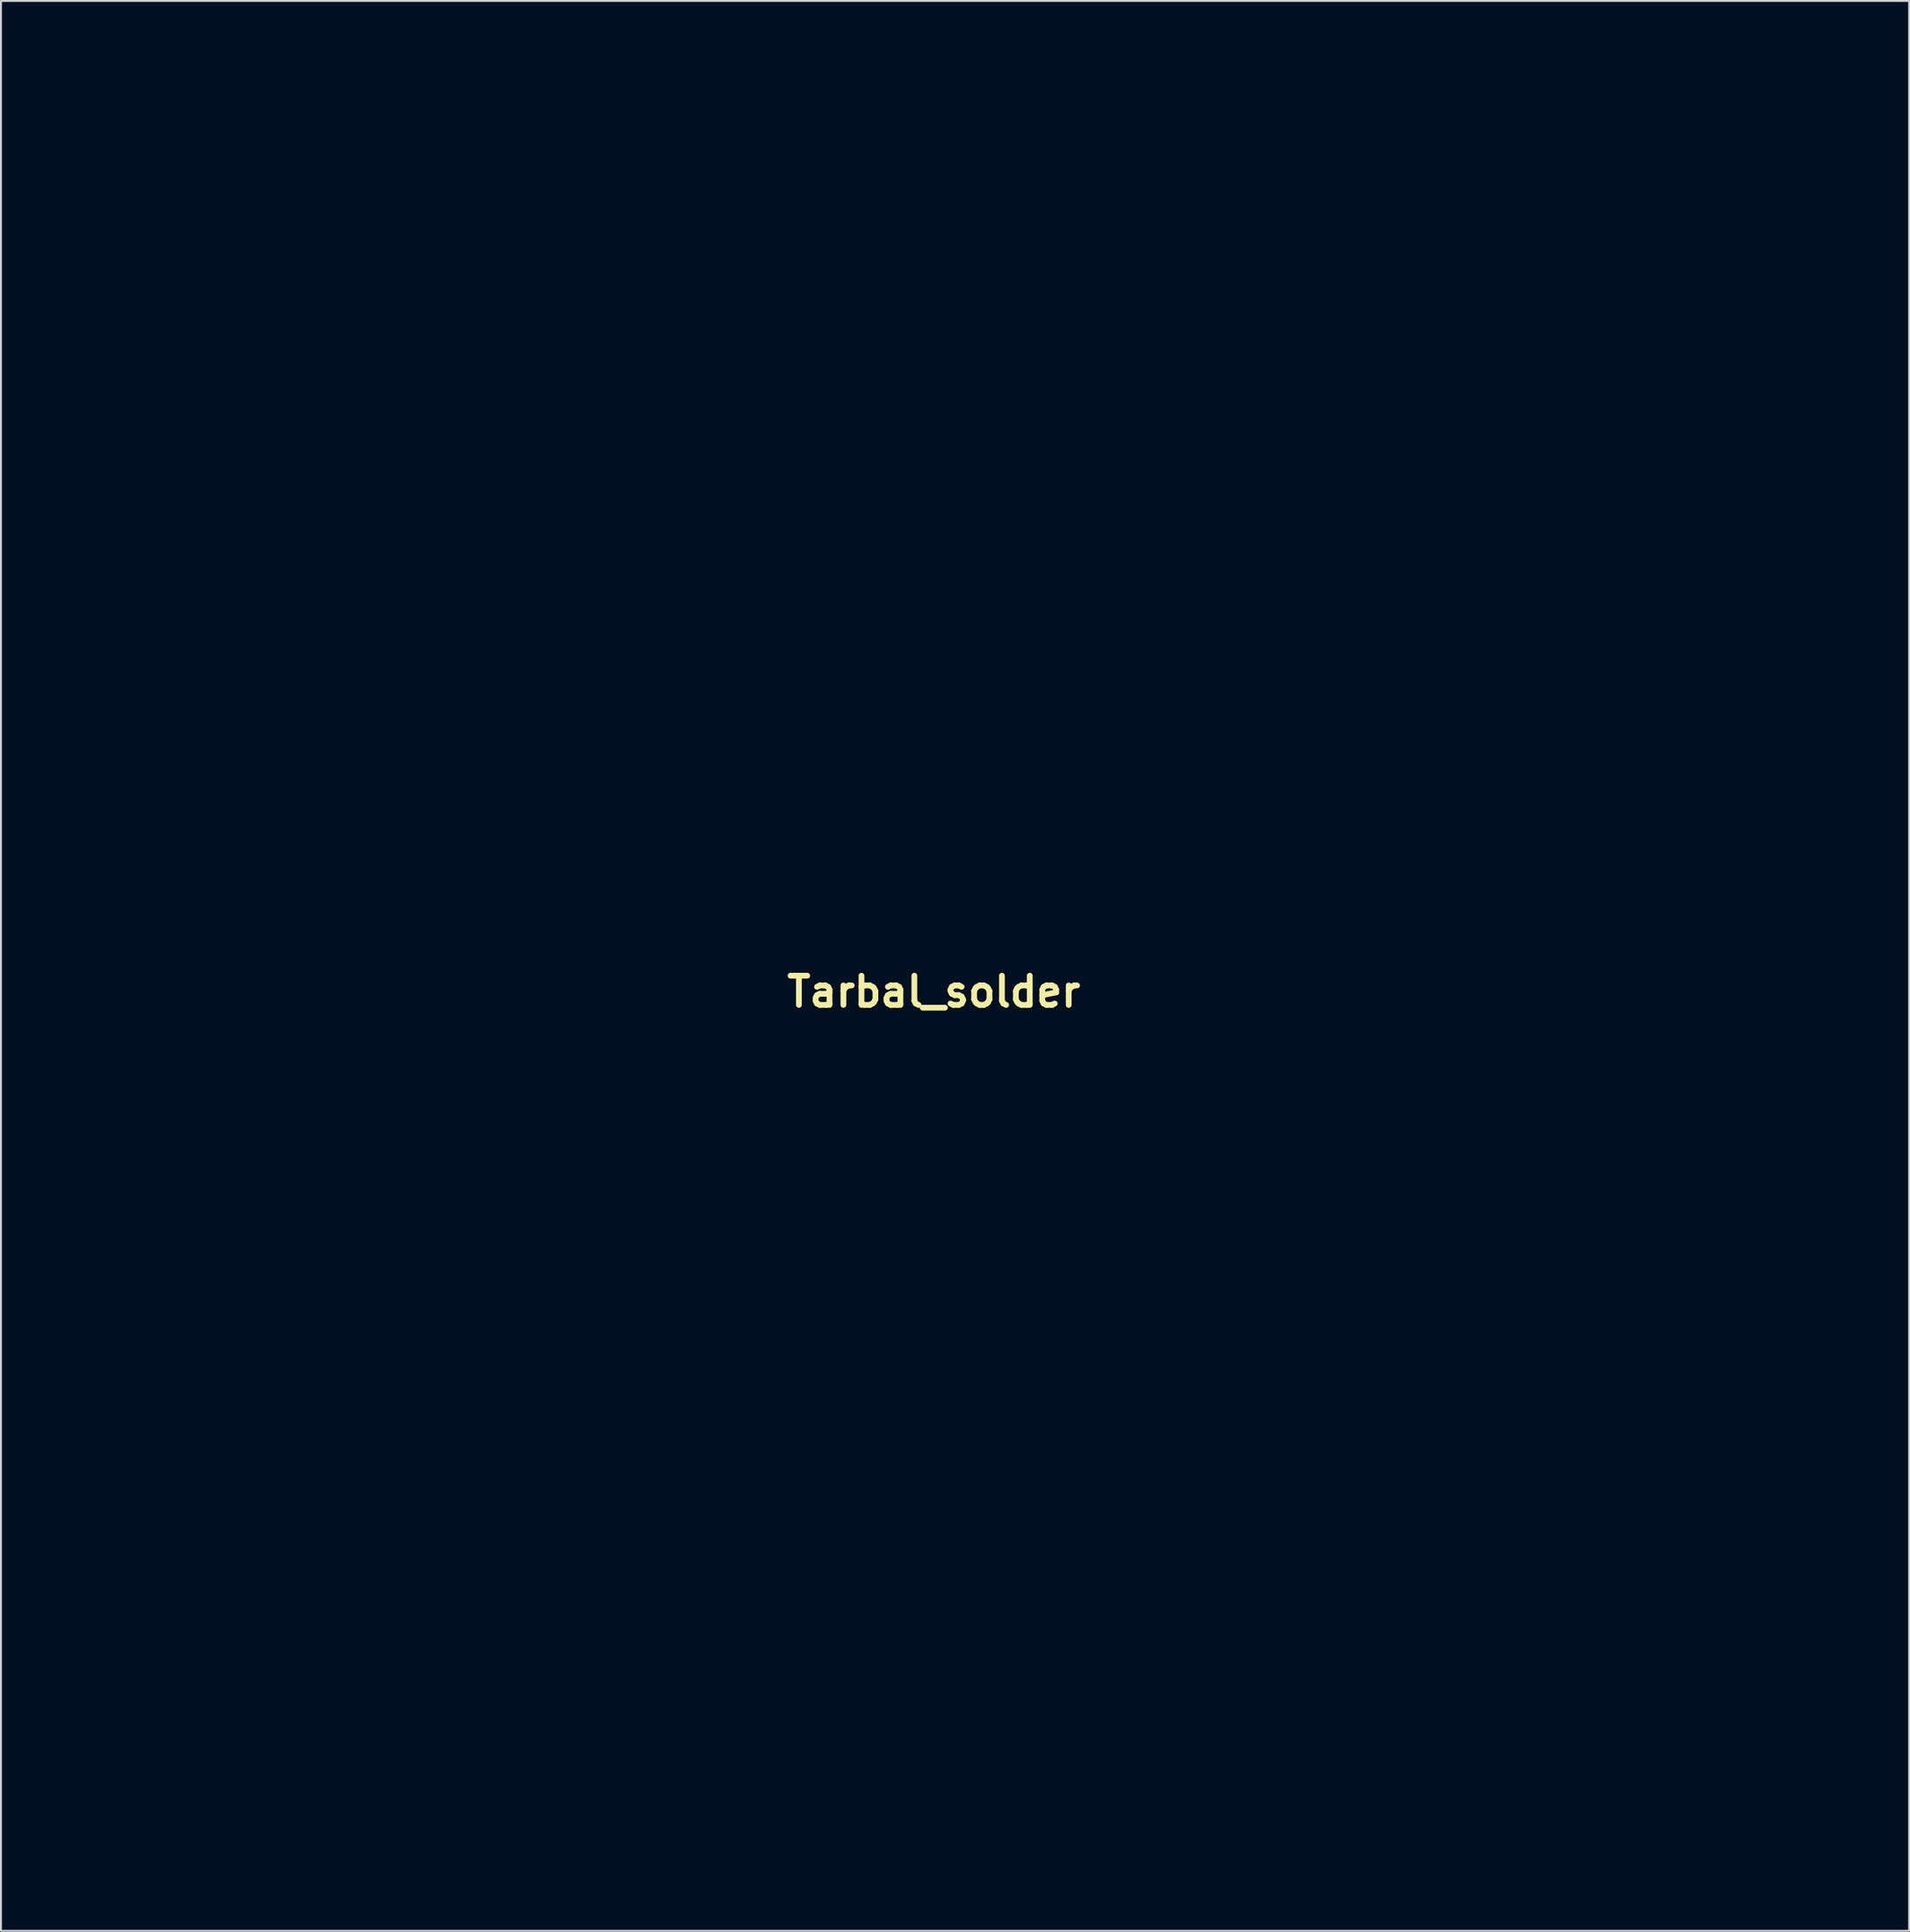
<source format=kicad_pcb>
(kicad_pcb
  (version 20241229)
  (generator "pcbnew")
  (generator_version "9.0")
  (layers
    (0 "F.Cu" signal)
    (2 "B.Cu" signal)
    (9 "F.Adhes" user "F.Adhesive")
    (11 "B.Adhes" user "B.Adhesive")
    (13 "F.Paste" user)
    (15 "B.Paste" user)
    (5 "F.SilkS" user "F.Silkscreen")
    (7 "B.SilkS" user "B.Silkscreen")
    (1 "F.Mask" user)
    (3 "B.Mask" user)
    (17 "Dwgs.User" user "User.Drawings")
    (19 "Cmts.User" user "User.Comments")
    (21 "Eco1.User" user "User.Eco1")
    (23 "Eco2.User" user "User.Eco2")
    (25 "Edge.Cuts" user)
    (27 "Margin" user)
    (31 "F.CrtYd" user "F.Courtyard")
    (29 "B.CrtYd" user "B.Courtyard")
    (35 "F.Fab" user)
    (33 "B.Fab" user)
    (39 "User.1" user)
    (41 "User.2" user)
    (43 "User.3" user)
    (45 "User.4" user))
  (footprint "Tarbal_solder"
    (layer "F.Cu")
    (at 45.679 48.688)
    (property "Reference" "Tarbal_solder" (at 0 0 0) (layer "F.SilkS") (effects (font (size 1.524 1.524) (thickness 0.3))))
    (attr through_hole)
    (fp_poly (pts (xy 3.44 35.851) (xy 3.307 35.983) (xy 3.175 35.851) (xy 3.307 35.719) (xy 3.44 35.851)) (stroke (width 0.01) (type solid)) (fill yes) (layer "F.Mask"))
    (fp_poly (pts (xy 41.804 38.1) (xy 38.365 38.1) (xy 38.365 34.66) (xy 41.804 34.66) (xy 41.804 38.1)) (stroke (width 0.01) (type solid)) (fill yes) (layer "F.Mask"))
    (fp_poly (pts (xy 47.36 -48.551) (xy 47.228 -48.419) (xy 47.096 -48.551) (xy 47.228 -48.683) (xy 47.36 -48.551)) (stroke (width 0.01) (type solid)) (fill yes) (layer "F.Mask"))
    (fp_poly (pts (xy -23.778 -46.521) (xy -23.68 -46.173) (xy -23.875 -45.721) (xy -24.301 -45.53) (xy -24.685 -45.676) (xy -24.843 -46.072) (xy -24.871 -46.365) (xy -24.728 -46.743) (xy -24.276 -46.784) (xy -23.778 -46.521)) (stroke (width 0.01) (type solid)) (fill yes) (layer "F.Mask"))
    (fp_poly (pts (xy -10.231 31.825) (xy -10.101 32.237) (xy -10.14 32.385) (xy -10.497 32.75) (xy -10.983 32.754) (xy -11.26 32.518) (xy -11.249 32.117) (xy -11.078 31.866) (xy -10.623 31.665) (xy -10.231 31.825)) (stroke (width 0.01) (type solid)) (fill yes) (layer "F.Mask"))
    (fp_poly (pts (xy -9.75 -46.658) (xy -9.617 -46.178) (xy -9.685 -45.929) (xy -10.039 -45.548) (xy -10.543 -45.623) (xy -10.774 -45.805) (xy -10.964 -46.274) (xy -10.746 -46.686) (xy -10.306 -46.831) (xy -9.75 -46.658)) (stroke (width 0.01) (type solid)) (fill yes) (layer "F.Mask"))
    (fp_poly (pts (xy -1.143 -35.096) (xy -0.923 -34.821) (xy -1.093 -34.486) (xy -1.656 -34.163) (xy -2.298 -34.244) (xy -2.611 -34.486) (xy -2.775 -34.898) (xy -2.445 -35.133) (xy -1.852 -35.19) (xy -1.143 -35.096)) (stroke (width 0.01) (type solid)) (fill yes) (layer "F.Mask"))
    (fp_poly (pts (xy -19.215 34.817) (xy -18.862 35.179) (xy -18.823 35.72) (xy -19.06 36.222) (xy -19.49 36.462) (xy -20.021 36.347) (xy -20.245 35.969) (xy -20.24 35.345) (xy -19.899 34.894) (xy -19.364 34.776) (xy -19.215 34.817)) (stroke (width 0.01) (type solid)) (fill yes) (layer "F.Mask"))
    (fp_poly (pts (xy -18.999 42.135) (xy -18.837 42.63) (xy -18.938 43.263) (xy -19.346 43.514) (xy -19.942 43.316) (xy -19.983 43.287) (xy -20.298 42.815) (xy -20.25 42.292) (xy -19.906 41.917) (xy -19.49 41.855) (xy -18.999 42.135)) (stroke (width 0.01) (type solid)) (fill yes) (layer "F.Mask"))
    (fp_poly (pts (xy -5.376 -32.896) (xy -4.951 -32.538) (xy -4.818 -32.029) (xy -4.85 -31.903) (xy -5.215 -31.571) (xy -5.77 -31.489) (xy -6.174 -31.662) (xy -6.353 -32.153) (xy -6.193 -32.685) (xy -5.906 -32.922) (xy -5.376 -32.896)) (stroke (width 0.01) (type solid)) (fill yes) (layer "F.Mask"))
    (fp_poly (pts (xy -5.213 -37.886) (xy -4.872 -37.398) (xy -4.857 -36.913) (xy -5.215 -36.584) (xy -5.747 -36.541) (xy -6.184 -36.784) (xy -6.254 -36.909) (xy -6.303 -37.509) (xy -6.053 -37.972) (xy -5.729 -38.1) (xy -5.213 -37.886)) (stroke (width 0.01) (type solid)) (fill yes) (layer "F.Mask"))
    (fp_poly (pts (xy -5.164 -40.317) (xy -4.9 -39.896) (xy -4.895 -39.816) (xy -5.099 -39.38) (xy -5.556 -39.187) (xy -6.032 -39.284) (xy -6.254 -39.554) (xy -6.262 -40.066) (xy -6.149 -40.259) (xy -5.658 -40.465) (xy -5.164 -40.317)) (stroke (width 0.01) (type solid)) (fill yes) (layer "F.Mask"))
    (fp_poly (pts (xy -1.786 -42.813) (xy -1.157 -42.628) (xy -0.92 -42.316) (xy -1.1 -42.012) (xy -1.597 -41.858) (xy -2.175 -41.865) (xy -2.457 -41.968) (xy -2.689 -42.415) (xy -2.464 -42.728) (xy -1.854 -42.819) (xy -1.786 -42.813)) (stroke (width 0.01) (type solid)) (fill yes) (layer "F.Mask"))
    (fp_poly (pts (xy -1.156 -30.078) (xy -0.911 -29.797) (xy -0.973 -29.475) (xy -1.314 -29.203) (xy -1.852 -29.104) (xy -2.438 -29.224) (xy -2.732 -29.475) (xy -2.759 -29.913) (xy -2.373 -30.125) (xy -1.852 -30.163) (xy -1.156 -30.078)) (stroke (width 0.01) (type solid)) (fill yes) (layer "F.Mask"))
    (fp_poly (pts (xy 7.414 38.205) (xy 7.76 38.607) (xy 7.805 38.894) (xy 7.608 39.436) (xy 7.14 39.66) (xy 6.59 39.512) (xy 6.361 39.303) (xy 6.153 38.882) (xy 6.361 38.484) (xy 6.885 38.146) (xy 7.414 38.205)) (stroke (width 0.01) (type solid)) (fill yes) (layer "F.Mask"))
    (fp_poly (pts (xy 15.37 38.4) (xy 15.478 38.894) (xy 15.354 39.412) (xy 14.884 39.622) (xy 14.784 39.636) (xy 14.144 39.544) (xy 13.92 39.271) (xy 13.929 38.691) (xy 14.317 38.264) (xy 14.926 38.153) (xy 15.37 38.4)) (stroke (width 0.01) (type solid)) (fill yes) (layer "F.Mask"))
    (fp_poly (pts (xy 22.78 38.296) (xy 23.165 38.759) (xy 23.189 39.287) (xy 22.832 39.596) (xy 22.259 39.674) (xy 21.728 39.521) (xy 21.527 39.291) (xy 21.483 38.652) (xy 21.805 38.205) (xy 22.184 38.1) (xy 22.78 38.296)) (stroke (width 0.01) (type solid)) (fill yes) (layer "F.Mask"))
    (fp_poly (pts (xy 23.964 -25.055) (xy 24.385 -24.822) (xy 24.474 -24.606) (xy 24.254 -24.297) (xy 23.754 -24.13) (xy 23.212 -24.145) (xy 22.882 -24.35) (xy 22.867 -24.781) (xy 22.958 -24.916) (xy 23.409 -25.103) (xy 23.964 -25.055)) (stroke (width 0.01) (type solid)) (fill yes) (layer "F.Mask"))
    (fp_poly (pts (xy 24.332 -32.544) (xy 24.556 -32.213) (xy 24.513 -31.9) (xy 24.141 -31.768) (xy 23.68 -31.75) (xy 23.038 -31.8) (xy 22.8 -31.99) (xy 22.805 -32.213) (xy 23.101 -32.582) (xy 23.68 -32.676) (xy 24.332 -32.544)) (stroke (width 0.01) (type solid)) (fill yes) (layer "F.Mask"))
    (fp_poly (pts (xy 24.332 -27.517) (xy 24.556 -27.186) (xy 24.513 -26.873) (xy 24.141 -26.741) (xy 23.68 -26.723) (xy 23.038 -26.772) (xy 22.8 -26.963) (xy 22.805 -27.186) (xy 23.101 -27.555) (xy 23.68 -27.649) (xy 24.332 -27.517)) (stroke (width 0.01) (type solid)) (fill yes) (layer "F.Mask"))
    (fp_poly (pts (xy 27.632 -32.939) (xy 28.025 -32.557) (xy 28.17 -32.037) (xy 28.132 -31.857) (xy 27.779 -31.552) (xy 27.245 -31.499) (xy 26.899 -31.662) (xy 26.72 -32.147) (xy 26.849 -32.698) (xy 27.158 -32.992) (xy 27.632 -32.939)) (stroke (width 0.01) (type solid)) (fill yes) (layer "F.Mask"))
    (fp_poly (pts (xy 27.646 -37.982) (xy 28.018 -37.621) (xy 28.128 -37.134) (xy 28.009 -36.865) (xy 27.5 -36.539) (xy 26.985 -36.619) (xy 26.899 -36.689) (xy 26.72 -37.175) (xy 26.849 -37.725) (xy 27.158 -38.019) (xy 27.646 -37.982)) (stroke (width 0.01) (type solid)) (fill yes) (layer "F.Mask"))
    (fp_poly (pts (xy 27.681 -30.332) (xy 28.052 -29.984) (xy 28.082 -29.457) (xy 28.031 -29.341) (xy 27.599 -28.908) (xy 27.094 -28.884) (xy 26.899 -29.016) (xy 26.722 -29.489) (xy 26.831 -30.034) (xy 27.123 -30.333) (xy 27.681 -30.332)) (stroke (width 0.01) (type solid)) (fill yes) (layer "F.Mask"))
    (fp_poly (pts (xy 27.681 -25.305) (xy 28.052 -24.957) (xy 28.082 -24.43) (xy 28.031 -24.314) (xy 27.599 -23.881) (xy 27.094 -23.857) (xy 26.899 -23.989) (xy 26.722 -24.462) (xy 26.831 -25.007) (xy 27.123 -25.306) (xy 27.681 -25.305)) (stroke (width 0.01) (type solid)) (fill yes) (layer "F.Mask"))
    (fp_poly (pts (xy -21.754 34.83) (xy -21.331 35.22) (xy -21.22 35.828) (xy -21.495 36.269) (xy -22.006 36.493) (xy -22.501 36.402) (xy -22.567 36.347) (xy -22.753 35.866) (xy -22.68 35.274) (xy -22.394 34.852) (xy -22.324 34.816) (xy -21.754 34.83)) (stroke (width 0.01) (type solid)) (fill yes) (layer "F.Mask"))
    (fp_poly (pts (xy -21.43 28.059) (xy -21.215 28.389) (xy -21.278 28.963) (xy -21.606 29.4) (xy -22.052 29.614) (xy -22.47 29.516) (xy -22.653 29.252) (xy -22.733 28.665) (xy -22.707 28.392) (xy -22.42 28.015) (xy -21.915 27.904) (xy -21.43 28.059)) (stroke (width 0.01) (type solid)) (fill yes) (layer "F.Mask"))
    (fp_poly (pts (xy -21.384 42.111) (xy -21.215 42.412) (xy -21.286 42.954) (xy -21.589 43.45) (xy -21.96 43.656) (xy -22.278 43.477) (xy -22.479 43.272) (xy -22.734 42.678) (xy -22.569 42.178) (xy -22.046 41.94) (xy -21.96 41.936) (xy -21.384 42.111)) (stroke (width 0.01) (type solid)) (fill yes) (layer "F.Mask"))
    (fp_poly (pts (xy -19.048 28.053) (xy -18.921 28.554) (xy -18.918 28.704) (xy -19.075 29.352) (xy -19.467 29.595) (xy -19.969 29.381) (xy -20.117 29.226) (xy -20.301 28.679) (xy -20.074 28.181) (xy -19.538 27.921) (xy -19.418 27.914) (xy -19.048 28.053)) (stroke (width 0.01) (type solid)) (fill yes) (layer "F.Mask"))
    (fp_poly (pts (xy -5.272 -27.762) (xy -5.17 -27.69) (xy -4.836 -27.213) (xy -4.929 -26.743) (xy -5.388 -26.472) (xy -5.556 -26.458) (xy -6.072 -26.637) (xy -6.262 -26.876) (xy -6.228 -27.388) (xy -6.043 -27.672) (xy -5.676 -27.914) (xy -5.272 -27.762)) (stroke (width 0.01) (type solid)) (fill yes) (layer "F.Mask"))
    (fp_poly (pts (xy -5.062 -42.966) (xy -4.818 -42.548) (xy -4.977 -42.001) (xy -5.03 -41.933) (xy -5.428 -41.583) (xy -5.846 -41.656) (xy -6.045 -41.774) (xy -6.318 -42.188) (xy -6.215 -42.678) (xy -5.807 -43.03) (xy -5.619 -43.079) (xy -5.062 -42.966)) (stroke (width 0.01) (type solid)) (fill yes) (layer "F.Mask"))
    (fp_poly (pts (xy -5.062 -30.266) (xy -4.818 -29.848) (xy -4.977 -29.301) (xy -5.03 -29.233) (xy -5.428 -28.883) (xy -5.846 -28.956) (xy -6.045 -29.074) (xy -6.318 -29.488) (xy -6.215 -29.978) (xy -5.807 -30.33) (xy -5.619 -30.379) (xy -5.062 -30.266)) (stroke (width 0.01) (type solid)) (fill yes) (layer "F.Mask"))
    (fp_poly (pts (xy -5.043 -35.283) (xy -4.857 -35.054) (xy -4.885 -34.57) (xy -5.169 -34.087) (xy -5.555 -33.867) (xy -5.556 -33.867) (xy -5.873 -34.046) (xy -6.083 -34.26) (xy -6.291 -34.815) (xy -6.075 -35.275) (xy -5.556 -35.454) (xy -5.043 -35.283)) (stroke (width 0.01) (type solid)) (fill yes) (layer "F.Mask"))
    (fp_poly (pts (xy -1.31 -40.354) (xy -0.865 -40.036) (xy -0.794 -39.82) (xy -1.011 -39.405) (xy -1.531 -39.213) (xy -2.154 -39.299) (xy -2.354 -39.4) (xy -2.582 -39.786) (xy -2.465 -40.23) (xy -2.082 -40.477) (xy -2.014 -40.481) (xy -1.31 -40.354)) (stroke (width 0.01) (type solid)) (fill yes) (layer "F.Mask"))
    (fp_poly (pts (xy -1.266 -32.689) (xy -0.973 -32.437) (xy -0.945 -31.999) (xy -1.332 -31.787) (xy -1.852 -31.75) (xy -2.434 -31.804) (xy -2.716 -31.908) (xy -2.811 -32.274) (xy -2.52 -32.618) (xy -1.976 -32.802) (xy -1.852 -32.808) (xy -1.266 -32.689)) (stroke (width 0.01) (type solid)) (fill yes) (layer "F.Mask"))
    (fp_poly (pts (xy -0.173 40.774) (xy 0.312 41.095) (xy 0.379 41.614) (xy 0.352 41.694) (xy -0.062 42.11) (xy -0.791 42.147) (xy -0.86 42.133) (xy -1.184 41.86) (xy -1.323 41.379) (xy -1.256 40.919) (xy -0.992 40.714) (xy -0.173 40.774)) (stroke (width 0.01) (type solid)) (fill yes) (layer "F.Mask"))
    (fp_poly (pts (xy 0.041 38.273) (xy 0.381 38.686) (xy 0.339 39.182) (xy 0.265 39.291) (xy -0.262 39.63) (xy -0.57 39.688) (xy -1.065 39.505) (xy -1.227 39.291) (xy -1.271 38.652) (xy -0.949 38.205) (xy -0.57 38.1) (xy 0.041 38.273)) (stroke (width 0.01) (type solid)) (fill yes) (layer "F.Mask"))
    (fp_poly (pts (xy 15.141 40.778) (xy 15.531 41.154) (xy 15.61 41.407) (xy 15.389 41.868) (xy 14.872 42.122) (xy 14.285 42.068) (xy 14.215 42.033) (xy 13.833 41.621) (xy 13.848 41.163) (xy 14.161 40.794) (xy 14.671 40.649) (xy 15.141 40.778)) (stroke (width 0.01) (type solid)) (fill yes) (layer "F.Mask"))
    (fp_poly (pts (xy 22.813 40.778) (xy 23.204 41.154) (xy 23.283 41.407) (xy 23.061 41.868) (xy 22.545 42.122) (xy 21.958 42.068) (xy 21.887 42.033) (xy 21.506 41.621) (xy 21.521 41.163) (xy 21.834 40.794) (xy 22.344 40.649) (xy 22.813 40.778)) (stroke (width 0.01) (type solid)) (fill yes) (layer "F.Mask"))
    (fp_poly (pts (xy 24.039 -37.725) (xy 24.479 -37.419) (xy 24.557 -37.24) (xy 24.498 -36.905) (xy 24.068 -36.783) (xy 23.848 -36.777) (xy 23.224 -36.864) (xy 22.872 -37.065) (xy 22.866 -37.482) (xy 22.958 -37.616) (xy 23.448 -37.811) (xy 24.039 -37.725)) (stroke (width 0.01) (type solid)) (fill yes) (layer "F.Mask"))
    (fp_poly (pts (xy 24.334 -42.811) (xy 24.563 -42.613) (xy 24.557 -42.399) (xy 24.263 -42.048) (xy 23.706 -41.843) (xy 23.148 -41.854) (xy 22.943 -41.968) (xy 22.722 -42.406) (xy 22.971 -42.727) (xy 23.633 -42.862) (xy 23.7 -42.863) (xy 24.334 -42.811)) (stroke (width 0.01) (type solid)) (fill yes) (layer "F.Mask"))
    (fp_poly (pts (xy 24.334 -35.138) (xy 24.563 -34.94) (xy 24.557 -34.727) (xy 24.263 -34.375) (xy 23.706 -34.17) (xy 23.148 -34.181) (xy 22.943 -34.295) (xy 22.722 -34.734) (xy 22.971 -35.054) (xy 23.633 -35.189) (xy 23.7 -35.19) (xy 24.334 -35.138)) (stroke (width 0.01) (type solid)) (fill yes) (layer "F.Mask"))
    (fp_poly (pts (xy 24.334 -30.111) (xy 24.563 -29.913) (xy 24.557 -29.699) (xy 24.263 -29.348) (xy 23.706 -29.143) (xy 23.148 -29.154) (xy 22.943 -29.268) (xy 22.722 -29.706) (xy 22.971 -30.027) (xy 23.633 -30.162) (xy 23.7 -30.163) (xy 24.334 -30.111)) (stroke (width 0.01) (type solid)) (fill yes) (layer "F.Mask"))
    (fp_poly (pts (xy 27.856 -27.667) (xy 27.895 -27.63) (xy 28.164 -27.102) (xy 27.979 -26.661) (xy 27.411 -26.459) (xy 27.356 -26.458) (xy 26.865 -26.581) (xy 26.723 -27.044) (xy 26.723 -27.091) (xy 26.9 -27.685) (xy 27.33 -27.9) (xy 27.856 -27.667)) (stroke (width 0.01) (type solid)) (fill yes) (layer "F.Mask"))
    (fp_poly (pts (xy 27.966 -40.298) (xy 28.178 -39.81) (xy 28.117 -39.489) (xy 27.794 -39.234) (xy 27.362 -39.158) (xy 26.874 -39.273) (xy 26.725 -39.716) (xy 26.723 -39.82) (xy 26.834 -40.325) (xy 27.263 -40.479) (xy 27.356 -40.481) (xy 27.966 -40.298)) (stroke (width 0.01) (type solid)) (fill yes) (layer "F.Mask"))
    (fp_poly (pts (xy -31.481 -45.192) (xy -31.263 -44.93) (xy -31.221 -44.318) (xy -31.265 -43.696) (xy -31.49 -43.44) (xy -32.015 -43.392) (xy -32.548 -43.443) (xy -32.767 -43.705) (xy -32.808 -44.318) (xy -32.764 -44.94) (xy -32.54 -45.195) (xy -32.015 -45.244) (xy -31.481 -45.192)) (stroke (width 0.01) (type solid)) (fill yes) (layer "F.Mask"))
    (fp_poly (pts (xy -28.912 -45.038) (xy -28.703 -44.702) (xy -28.705 -44.104) (xy -29.006 -43.625) (xy -29.464 -43.39) (xy -29.938 -43.524) (xy -29.986 -43.568) (xy -30.115 -43.938) (xy -30.163 -44.494) (xy -30.08 -45.042) (xy -29.741 -45.232) (xy -29.519 -45.244) (xy -28.912 -45.038)) (stroke (width 0.01) (type solid)) (fill yes) (layer "F.Mask"))
    (fp_poly (pts (xy -16.4 27.833) (xy -16.181 28.095) (xy -16.14 28.707) (xy -16.184 29.329) (xy -16.408 29.585) (xy -16.933 29.633) (xy -17.467 29.582) (xy -17.685 29.32) (xy -17.727 28.707) (xy -17.683 28.085) (xy -17.458 27.83) (xy -16.933 27.781) (xy -16.4 27.833)) (stroke (width 0.01) (type solid)) (fill yes) (layer "F.Mask"))
    (fp_poly (pts (xy -16.4 34.712) (xy -16.181 34.974) (xy -16.14 35.586) (xy -16.184 36.209) (xy -16.408 36.464) (xy -16.933 36.513) (xy -17.467 36.461) (xy -17.685 36.199) (xy -17.727 35.586) (xy -17.683 34.964) (xy -17.458 34.709) (xy -16.933 34.66) (xy -16.4 34.712)) (stroke (width 0.01) (type solid)) (fill yes) (layer "F.Mask"))
    (fp_poly (pts (xy -1.373 -27.636) (xy -1.009 -27.311) (xy -0.923 -26.972) (xy -0.972 -26.897) (xy -1.343 -26.766) (xy -1.852 -26.723) (xy -2.441 -26.782) (xy -2.732 -26.897) (xy -2.755 -27.21) (xy -2.453 -27.555) (xy -1.989 -27.768) (xy -1.852 -27.781) (xy -1.373 -27.636)) (stroke (width 0.01) (type solid)) (fill yes) (layer "F.Mask"))
    (fp_poly (pts (xy -1.271 -37.752) (xy -1.067 -37.443) (xy -1.058 -37.306) (xy -1.183 -36.919) (xy -1.647 -36.783) (xy -1.852 -36.777) (xy -2.433 -36.86) (xy -2.638 -37.17) (xy -2.646 -37.306) (xy -2.521 -37.694) (xy -2.057 -37.83) (xy -1.852 -37.835) (xy -1.271 -37.752)) (stroke (width 0.01) (type solid)) (fill yes) (layer "F.Mask"))
    (fp_poly (pts (xy 7.572 40.749) (xy 7.906 41.177) (xy 7.937 41.407) (xy 7.732 41.939) (xy 7.246 42.174) (xy 6.675 42.048) (xy 6.478 41.894) (xy 6.16 41.538) (xy 6.085 41.407) (xy 6.248 41.169) (xy 6.478 40.921) (xy 7.031 40.642) (xy 7.572 40.749)) (stroke (width 0.01) (type solid)) (fill yes) (layer "F.Mask"))
    (fp_poly (pts (xy 7.634 43.171) (xy 7.889 43.396) (xy 7.937 43.921) (xy 7.886 44.454) (xy 7.624 44.673) (xy 7.011 44.715) (xy 6.389 44.67) (xy 6.134 44.446) (xy 6.085 43.921) (xy 6.137 43.388) (xy 6.399 43.169) (xy 7.011 43.127) (xy 7.634 43.171)) (stroke (width 0.01) (type solid)) (fill yes) (layer "F.Mask"))
    (fp_poly (pts (xy 15.307 43.171) (xy 15.562 43.396) (xy 15.61 43.921) (xy 15.559 44.454) (xy 15.297 44.673) (xy 14.684 44.715) (xy 14.062 44.67) (xy 13.807 44.446) (xy 13.758 43.921) (xy 13.81 43.388) (xy 14.072 43.169) (xy 14.684 43.127) (xy 15.307 43.171)) (stroke (width 0.01) (type solid)) (fill yes) (layer "F.Mask"))
    (fp_poly (pts (xy 22.979 43.171) (xy 23.235 43.396) (xy 23.283 43.921) (xy 23.232 44.454) (xy 22.97 44.673) (xy 22.357 44.715) (xy 21.735 44.67) (xy 21.48 44.446) (xy 21.431 43.921) (xy 21.483 43.388) (xy 21.745 43.169) (xy 22.357 43.127) (xy 22.979 43.171)) (stroke (width 0.01) (type solid)) (fill yes) (layer "F.Mask"))
    (fp_poly (pts (xy 24.246 -40.326) (xy 24.546 -39.965) (xy 24.486 -39.558) (xy 24.314 -39.4) (xy 23.837 -39.191) (xy 23.68 -39.166) (xy 23.238 -39.296) (xy 23.046 -39.4) (xy 22.792 -39.775) (xy 22.939 -40.177) (xy 23.395 -40.446) (xy 23.68 -40.481) (xy 24.246 -40.326)) (stroke (width 0.01) (type solid)) (fill yes) (layer "F.Mask"))
    (fp_poly (pts (xy 28.079 -43.062) (xy 28.286 -42.752) (xy 28.31 -42.333) (xy 28.245 -41.771) (xy 27.936 -41.564) (xy 27.517 -41.54) (xy 26.954 -41.605) (xy 26.747 -41.914) (xy 26.723 -42.333) (xy 26.788 -42.896) (xy 27.098 -43.103) (xy 27.517 -43.127) (xy 28.079 -43.062)) (stroke (width 0.01) (type solid)) (fill yes) (layer "F.Mask"))
    (fp_poly (pts (xy 40.991 26.367) (xy 41.431 26.907) (xy 41.54 27.649) (xy 41.388 28.499) (xy 40.896 28.966) (xy 40.041 29.104) (xy 39.246 28.939) (xy 38.903 28.592) (xy 38.645 27.689) (xy 38.826 26.912) (xy 39.384 26.376) (xy 40.183 26.194) (xy 40.991 26.367)) (stroke (width 0.01) (type solid)) (fill yes) (layer "F.Mask"))
    (fp_poly (pts (xy 27.951 -35.276) (xy 28.162 -34.844) (xy 27.921 -34.311) (xy 27.883 -34.271) (xy 27.543 -33.958) (xy 27.432 -33.888) (xy 27.184 -33.989) (xy 27.054 -34.042) (xy 26.798 -34.38) (xy 26.723 -34.815) (xy 26.843 -35.309) (xy 27.298 -35.453) (xy 27.356 -35.454) (xy 27.951 -35.276)) (stroke (width 0.01) (type solid)) (fill yes) (layer "F.Mask"))
    (fp_poly (pts (xy -16.366 41.852) (xy -16.172 42.106) (xy -16.189 42.664) (xy -16.327 43.281) (xy -16.678 43.548) (xy -16.999 43.608) (xy -17.484 43.614) (xy -17.686 43.385) (xy -17.727 42.776) (xy -17.727 42.748) (xy -17.685 42.118) (xy -17.469 41.857) (xy -16.941 41.804) (xy -16.917 41.804) (xy -16.366 41.852)) (stroke (width 0.01) (type solid)) (fill yes) (layer "F.Mask"))
    (fp_poly (pts (xy 0.245 43.165) (xy 0.484 43.36) (xy 0.483 43.833) (xy 0.481 43.855) (xy 0.327 44.378) (xy -0.084 44.61) (xy -0.463 44.665) (xy -1.052 44.677) (xy -1.284 44.46) (xy -1.323 43.938) (xy -1.274 43.397) (xy -1.022 43.172) (xy -0.408 43.127) (xy -0.379 43.127) (xy 0.245 43.165)) (stroke (width 0.01) (type solid)) (fill yes) (layer "F.Mask"))
    (fp_poly (pts (xy 41.173 -36.88) (xy 41.672 -36.247) (xy 41.804 -35.606) (xy 41.588 -34.993) (xy 41.063 -34.382) (xy 40.419 -33.956) (xy 40.037 -33.867) (xy 39.608 -34.041) (xy 39.064 -34.467) (xy 39.014 -34.516) (xy 38.468 -35.317) (xy 38.448 -36.093) (xy 38.894 -36.777) (xy 39.634 -37.206) (xy 40.444 -37.22) (xy 41.173 -36.88)) (stroke (width 0.01) (type solid)) (fill yes) (layer "F.Mask"))
    (fp_poly (pts (xy -43.188 41.859) (xy -42.306 42.344) (xy -42.189 42.454) (xy -41.669 43.27) (xy -41.583 44.126) (xy -41.858 44.92) (xy -42.418 45.552) (xy -43.188 45.921) (xy -44.093 45.926) (xy -44.63 45.733) (xy -45.31 45.123) (xy -45.642 44.247) (xy -45.565 43.284) (xy -45.504 43.117) (xy -44.915 42.271) (xy -44.1 41.843) (xy -43.188 41.859)) (stroke (width 0.01) (type solid)) (fill yes) (layer "F.Mask"))
    (fp_poly (pts (xy -42.626 -45.427) (xy -41.93 -44.902) (xy -41.794 -44.696) (xy -41.54 -43.762) (xy -41.713 -42.892) (xy -42.217 -42.175) (xy -42.951 -41.699) (xy -43.817 -41.551) (xy -44.716 -41.82) (xy -44.89 -41.93) (xy -45.474 -42.622) (xy -45.674 -43.496) (xy -45.509 -44.39) (xy -45.002 -45.146) (xy -44.427 -45.518) (xy -43.529 -45.655) (xy -42.626 -45.427)) (stroke (width 0.01) (type solid)) (fill yes) (layer "F.Mask"))
    (fp_poly (pts (xy 44.947 -45.405) (xy 45.589 -44.81) (xy 45.917 -43.982) (xy 45.832 -43.022) (xy 45.769 -42.852) (xy 45.18 -42.006) (xy 44.365 -41.578) (xy 43.452 -41.594) (xy 42.571 -42.079) (xy 42.454 -42.189) (xy 41.899 -43.056) (xy 41.817 -43.972) (xy 42.183 -44.809) (xy 42.97 -45.438) (xy 43.117 -45.504) (xy 44.09 -45.67) (xy 44.947 -45.405)) (stroke (width 0.01) (type solid)) (fill yes) (layer "F.Mask"))
    (fp_poly (pts (xy 45.073 42.183) (xy 45.703 42.97) (xy 45.769 43.117) (xy 45.926 44.089) (xy 45.647 44.987) (xy 44.99 45.648) (xy 44.817 45.739) (xy 44.074 45.99) (xy 43.408 45.934) (xy 42.946 45.771) (xy 42.234 45.234) (xy 41.868 44.433) (xy 41.871 43.526) (xy 42.267 42.667) (xy 42.454 42.454) (xy 43.32 41.899) (xy 44.236 41.817) (xy 45.073 42.183)) (stroke (width 0.01) (type solid)) (fill yes) (layer "F.Mask"))
    (fp_poly (pts (xy -26.26 -37.725) (xy -25.735 -37.592) (xy -24.925 -37.418) (xy -24.474 -37.33) (xy -23.523 -37.12) (xy -22.661 -36.883) (xy -22.387 -36.789) (xy -21.814 -36.623) (xy -21.493 -36.627) (xy -21.491 -36.63) (xy -21.211 -36.583) (xy -20.704 -36.294) (xy -20.638 -36.248) (xy -20.107 -35.944) (xy -19.772 -35.884) (xy -19.754 -35.897) (xy -19.542 -35.838) (xy -19.431 -35.64) (xy -19.102 -35.196) (xy -18.598 -34.781) (xy -18.16 -34.539) (xy -18.103 -34.642) (xy -18.133 -34.699) (xy -18.061 -34.691) (xy -17.692 -34.364) (xy -17.095 -33.783) (xy -16.777 -33.461) (xy -15.937 -32.628) (xy -14.923 -31.661) (xy -13.805 -30.621) (xy -12.649 -29.569) (xy -11.524 -28.565) (xy -10.498 -27.67) (xy -9.64 -26.945) (xy -9.017 -26.451) (xy -8.697 -26.247) (xy -8.676 -26.246) (xy -8.396 -26.123) (xy -8.09 -25.797) (xy -7.789 -25.475) (xy -7.677 -25.597) (xy -7.672 -25.665) (xy -7.532 -25.785) (xy -7.153 -25.445) (xy -7.039 -25.31) (xy -6.616 -24.851) (xy -6.38 -24.792) (xy -6.263 -24.98) (xy -5.897 -25.325) (xy -5.558 -25.4) (xy -5.108 -25.224) (xy -4.86 -24.632) (xy -4.854 -24.601) (xy -4.659 -23.982) (xy -4.422 -23.633) (xy -4.258 -23.689) (xy -4.304 -24.052) (xy -4.38 -24.414) (xy -4.273 -24.416) (xy -3.904 -24.042) (xy -3.829 -23.961) (xy -3.349 -23.5) (xy -3.028 -23.286) (xy -2.952 -23.368) (xy -3.043 -23.548) (xy -3.042 -23.781) (xy -2.607 -23.752) (xy -2.002 -23.554) (xy -1.472 -23.432) (xy -1.323 -23.549) (xy -1.547 -23.795) (xy -1.984 -23.968) (xy -2.544 -24.272) (xy -2.674 -24.678) (xy -2.393 -25.02) (xy -1.852 -25.135) (xy -1.271 -25.052) (xy -1.067 -24.743) (xy -1.058 -24.606) (xy -1.024 -24.232) (xy -0.82 -24.05) (xy -0.294 -23.967) (xy 0 -23.943) (xy 0.806 -23.825) (xy 1.323 -23.706) (xy 1.774 -23.595) (xy 1.757 -23.694) (xy 1.471 -23.931) (xy 1.141 -24.226) (xy 1.247 -24.33) (xy 1.682 -24.342) (xy 2.428 -24.217) (xy 3.228 -23.917) (xy 3.254 -23.904) (xy 3.796 -23.635) (xy 3.943 -23.62) (xy 3.769 -23.866) (xy 3.706 -23.942) (xy 3.521 -24.206) (xy 3.593 -24.332) (xy 4.013 -24.35) (xy 4.826 -24.292) (xy 5.667 -24.242) (xy 6.069 -24.28) (xy 6.114 -24.424) (xy 6.048 -24.519) (xy 5.987 -24.783) (xy 6.312 -24.879) (xy 6.909 -24.815) (xy 7.664 -24.598) (xy 8.214 -24.366) (xy 8.901 -24.101) (xy 9.342 -24.061) (xy 9.413 -24.11) (xy 9.747 -24.222) (xy 10.374 -24.199) (xy 11.085 -24.068) (xy 11.669 -23.86) (xy 11.807 -23.773) (xy 12.28 -23.66) (xy 12.578 -23.721) (xy 12.903 -23.775) (xy 12.86 -23.593) (xy 12.909 -23.378) (xy 13.43 -23.287) (xy 13.677 -23.282) (xy 14.576 -23.172) (xy 15.394 -22.909) (xy 15.441 -22.885) (xy 16.688 -22.331) (xy 18.066 -21.874) (xy 19.438 -21.545) (xy 20.666 -21.372) (xy 21.615 -21.388) (xy 21.904 -21.46) (xy 22.335 -21.565) (xy 22.357 -21.43) (xy 22.456 -21.242) (xy 22.937 -21.175) (xy 23.414 -21.207) (xy 23.417 -21.323) (xy 23.217 -21.452) (xy 22.775 -21.867) (xy 22.818 -22.234) (xy 23.304 -22.459) (xy 23.68 -22.49) (xy 24.292 -22.416) (xy 24.598 -22.235) (xy 24.606 -22.197) (xy 24.799 -22.03) (xy 25.069 -22.093) (xy 25.684 -22.289) (xy 25.929 -22.339) (xy 26.543 -22.489) (xy 26.723 -22.554) (xy 27.144 -22.703) (xy 27.929 -22.964) (xy 28.936 -23.291) (xy 29.369 -23.429) (xy 30.479 -23.831) (xy 31.882 -24.409) (xy 33.407 -25.088) (xy 34.881 -25.796) (xy 35.016 -25.864) (xy 36.408 -26.581) (xy 37.393 -27.13) (xy 38.045 -27.562) (xy 38.441 -27.926) (xy 38.654 -28.273) (xy 38.681 -28.344) (xy 39.165 -29.023) (xy 39.916 -29.344) (xy 40.649 -29.259) (xy 41.121 -29.257) (xy 41.888 -29.424) (xy 42.53 -29.635) (xy 43.677 -29.985) (xy 44.939 -30.257) (xy 45.486 -30.334) (xy 46.537 -30.384) (xy 47.233 -30.221) (xy 47.644 -29.768) (xy 47.84 -28.946) (xy 47.89 -27.679) (xy 47.89 -27.667) (xy 47.789 -26.41) (xy 47.507 -24.79) (xy 47.075 -22.906) (xy 46.526 -20.858) (xy 45.89 -18.747) (xy 45.199 -16.672) (xy 44.484 -14.735) (xy 43.778 -13.036) (xy 43.111 -11.674) (xy 42.617 -10.882) (xy 42.278 -10.348) (xy 42.069 -9.77) (xy 41.957 -8.989) (xy 41.902 -7.846) (xy 41.9 -7.774) (xy 41.701 -5.912) (xy 41.231 -4.186) (xy 40.538 -2.737) (xy 40.031 -2.058) (xy 39.809 -1.704) (xy 39.898 -1.587) (xy 39.935 -1.424) (xy 39.658 -1.017) (xy 39.548 -0.893) (xy 39.159 -0.376) (xy 39.034 -0.003) (xy 39.048 0.035) (xy 38.973 0.311) (xy 38.785 0.425) (xy 38.561 0.617) (xy 38.469 1.047) (xy 38.492 1.837) (xy 38.522 2.209) (xy 38.616 3.263) (xy 38.703 4.254) (xy 38.748 4.762) (xy 38.854 5.524) (xy 39.003 6.104) (xy 39.011 6.125) (xy 39.033 6.577) (xy 38.912 6.736) (xy 38.685 7.114) (xy 38.629 7.5) (xy 38.51 8.113) (xy 38.216 8.891) (xy 38.129 9.072) (xy 37.867 9.672) (xy 37.8 10.02) (xy 37.838 10.054) (xy 37.807 10.222) (xy 37.485 10.647) (xy 37.268 10.889) (xy 36.778 11.53) (xy 36.713 11.937) (xy 36.745 11.98) (xy 36.784 12.36) (xy 36.481 12.795) (xy 36.193 13.218) (xy 36.238 13.446) (xy 36.238 13.446) (xy 36.269 13.65) (xy 35.969 13.981) (xy 35.517 14.652) (xy 35.398 15.282) (xy 35.321 15.867) (xy 35.166 16.137) (xy 35.149 16.14) (xy 34.95 16.354) (xy 34.925 16.536) (xy 34.767 16.888) (xy 34.632 16.933) (xy 34.459 17.124) (xy 34.5 17.33) (xy 34.752 17.952) (xy 34.821 18.124) (xy 34.79 18.442) (xy 34.358 18.547) (xy 33.734 18.574) (xy 34.396 18.788) (xy 35.057 19.003) (xy 34.451 19.192) (xy 34.035 19.366) (xy 34.064 19.605) (xy 34.294 19.877) (xy 34.58 20.241) (xy 34.437 20.362) (xy 34.072 20.373) (xy 33.374 20.544) (xy 32.965 20.973) (xy 32.957 21.51) (xy 32.883 21.961) (xy 32.599 22.195) (xy 32.225 22.582) (xy 32.221 23.185) (xy 32.264 23.679) (xy 32.076 23.779) (xy 31.921 23.732) (xy 31.558 23.711) (xy 31.485 23.829) (xy 31.697 24.144) (xy 31.883 24.246) (xy 31.928 24.427) (xy 31.614 24.712) (xy 31.08 25.02) (xy 30.466 25.275) (xy 29.908 25.398) (xy 29.842 25.4) (xy 29.444 25.563) (xy 29.369 25.754) (xy 29.152 26.112) (xy 28.692 26.417) (xy 28.254 26.713) (xy 28.168 26.971) (xy 28.097 27.281) (xy 27.695 27.642) (xy 27.13 27.936) (xy 26.611 28.046) (xy 26.265 28.109) (xy 26.39 28.348) (xy 26.405 28.363) (xy 26.685 28.894) (xy 26.723 29.157) (xy 26.527 29.525) (xy 26.095 29.633) (xy 25.659 29.467) (xy 25.496 29.236) (xy 25.141 28.896) (xy 24.642 28.89) (xy 24.258 29.213) (xy 24.235 29.265) (xy 23.96 29.552) (xy 23.377 29.565) (xy 23.214 29.539) (xy 22.283 29.563) (xy 21.844 29.774) (xy 21.217 30.086) (xy 20.799 30.163) (xy 20.447 30.225) (xy 20.566 30.461) (xy 20.583 30.478) (xy 20.693 30.744) (xy 20.382 31) (xy 20.088 31.135) (xy 19.587 31.434) (xy 19.431 31.716) (xy 19.444 31.745) (xy 19.36 31.953) (xy 18.999 32.019) (xy 18.511 32.087) (xy 18.061 32.239) (xy 17.783 32.408) (xy 17.816 32.523) (xy 17.967 32.54) (xy 18.165 32.627) (xy 17.977 32.94) (xy 17.874 33.056) (xy 17.572 33.511) (xy 17.541 33.784) (xy 17.489 34.116) (xy 17.358 34.264) (xy 17.147 34.423) (xy 16.874 34.551) (xy 16.407 34.694) (xy 15.613 34.894) (xy 15.147 35.007) (xy 14.466 35.217) (xy 14.066 35.428) (xy 14.023 35.499) (xy 13.796 35.664) (xy 13.361 35.719) (xy 12.864 35.799) (xy 12.7 35.952) (xy 12.462 36.067) (xy 11.846 36.118) (xy 11.242 36.105) (xy 10.341 36.097) (xy 9.955 36.203) (xy 9.956 36.304) (xy 9.878 36.479) (xy 9.321 36.465) (xy 9.286 36.46) (xy 8.666 36.436) (xy 8.314 36.546) (xy 8.307 36.557) (xy 7.98 36.731) (xy 7.467 36.769) (xy 7.02 36.679) (xy 6.879 36.519) (xy 6.669 36.395) (xy 6.2 36.519) (xy 5.575 36.735) (xy 5.345 36.734) (xy 5.423 36.515) (xy 5.424 36.513) (xy 5.321 36.324) (xy 4.809 36.248) (xy 4.791 36.248) (xy 4.156 36.138) (xy 3.783 35.887) (xy 3.413 35.657) (xy 2.697 35.467) (xy 2.177 35.396) (xy 1.201 35.274) (xy 0.69 35.111) (xy 0.58 34.87) (xy 0.705 34.66) (xy 14.817 34.66) (xy 14.913 34.878) (xy 14.993 34.837) (xy 15.025 34.523) (xy 14.993 34.484) (xy 14.836 34.52) (xy 14.817 34.66) (xy 0.705 34.66) (xy 0.76 34.569) (xy 0.874 34.344) (xy 0.64 34.272) (xy 0.004 34.322) (xy -0.734 34.342) (xy -1.026 34.207) (xy 14.066 34.207) (xy 14.13 34.355) (xy 14.396 34.639) (xy 14.55 34.581) (xy 14.552 34.544) (xy 14.364 34.32) (xy 14.247 34.238) (xy 14.066 34.207) (xy -1.026 34.207) (xy -1.052 34.195) (xy -1.058 34.156) (xy -1.287 33.947) (xy -1.799 33.867) (xy -2.462 33.723) (xy -3.166 33.413) (xy 13.007 33.413) (xy 13.072 33.561) (xy 13.338 33.845) (xy 13.491 33.787) (xy 13.494 33.75) (xy 13.306 33.526) (xy 13.188 33.445) (xy 13.007 33.413) (xy 14.066 33.413) (xy 14.13 33.561) (xy 14.396 33.845) (xy 14.55 33.787) (xy 14.552 33.75) (xy 14.364 33.526) (xy 14.247 33.445) (xy 14.066 33.413) (xy 13.007 33.413) (xy -3.166 33.413) (xy -3.286 33.361) (xy -3.655 33.144) (xy -3.946 32.941) (xy 2.117 32.941) (xy 2.249 33.073) (xy 2.381 32.941) (xy 2.249 32.808) (xy 2.117 32.941) (xy -3.946 32.941) (xy -4.286 32.703) (xy -4.507 32.438) (xy -4.37 32.275) (xy -4.303 32.248) (xy -4.14 32.147) (xy 12.7 32.147) (xy 12.832 32.279) (xy 12.965 32.147) (xy 12.832 32.015) (xy 12.7 32.147) (xy -4.14 32.147) (xy -4.073 32.105) (xy -4.293 31.965) (xy -4.625 31.869) (xy -5.477 31.713) (xy -6.157 31.662) (xy -6.61 31.609) (xy -6.577 31.462) (xy -6.567 31.456) (xy -6.35 31.276) (xy -6.45 31.119) (xy -6.945 30.91) (xy -7.276 30.794) (xy -7.475 30.694) (xy 10.336 30.694) (xy 10.402 30.831) (xy 10.55 31.022) (xy 10.936 31.434) (xy 11.108 31.432) (xy 11.112 31.386) (xy 10.932 31.165) (xy 10.649 30.922) (xy 10.336 30.694) (xy -7.475 30.694) (xy -7.807 30.526) (xy -8.013 30.247) (xy -8.011 30.233) (xy -8.196 29.948) (xy -8.766 29.672) (xy -9.576 29.454) (xy -10.484 29.343) (xy -10.557 29.341) (xy -11.509 29.312) (xy -10.782 29.025) (xy -10.264 28.769) (xy -10.054 28.566) (xy -10.274 28.336) (xy -10.792 28.065) (xy -11.395 27.849) (xy -11.802 27.781) (xy -12.066 27.65) (xy -12.039 27.517) (xy -12.12 27.308) (xy -12.42 27.252) (xy -12.726 27.177) (xy 5.076 27.177) (xy 5.35 27.606) (xy 5.916 28.118) (xy 6.586 28.571) (xy 7.171 28.824) (xy 7.3 28.84) (xy 7.73 28.666) (xy 7.801 28.582) (xy 8.139 28.454) (xy 8.794 28.443) (xy 9.073 28.472) (xy 9.893 28.513) (xy 10.099 28.443) (xy 25.4 28.443) (xy 25.532 28.575) (xy 25.665 28.443) (xy 25.532 28.31) (xy 25.4 28.443) (xy 10.099 28.443) (xy 10.454 28.322) (xy 10.782 28.058) (xy 11.279 27.477) (xy 11.322 27.066) (xy 11.093 26.843) (xy 10.727 26.885) (xy 10.218 27.223) (xy 10.171 27.266) (xy 9.343 27.724) (xy 8.305 27.872) (xy 7.274 27.71) (xy 6.507 27.276) (xy 5.911 26.859) (xy 5.397 26.73) (xy 5.096 26.899) (xy 5.076 27.177) (xy -12.726 27.177) (xy -12.858 27.144) (xy -12.965 26.988) (xy -13.2 26.823) (xy -13.788 26.73) (xy -14.04 26.723) (xy -15.411 26.512) (xy -16.494 25.871) (xy -16.616 25.755) (xy -17.149 25.476) (xy -17.629 25.4) (xy -18.071 25.325) (xy -18.148 25.174) (xy -18.253 24.917) (xy -18.676 24.644) (xy -19.11 24.348) (xy -19.19 24.089) (xy -19.248 23.785) (xy -19.708 23.504) (xy -20.443 23.303) (xy -21.177 23.235) (xy -21.796 23.179) (xy -22.086 23.054) (xy -22.084 23.004) (xy -22.162 22.715) (xy -22.368 22.552) (xy -22.763 22.107) (xy -22.861 21.814) (xy -23.15 21.37) (xy -23.572 21.154) (xy -24.065 20.878) (xy -24.146 20.42) (xy -24.217 19.968) (xy -24.398 19.844) (xy -24.576 19.762) (xy -24.395 19.526) (xy -24.124 19.141) (xy -24.114 18.892) (xy -24.37 18.935) (xy -24.555 18.909) (xy -24.502 18.554) (xy -24.289 17.807) (xy -24.183 17.436) (xy -24.136 17.042) (xy -24.415 17.01) (xy -24.603 17.065) (xy -25.006 17.148) (xy -25.003 16.93) (xy -24.894 16.711) (xy -24.66 16.065) (xy -24.61 15.694) (xy -24.656 15.374) (xy -24.847 15.551) (xy -24.889 15.61) (xy -25.048 15.72) (xy -25.105 15.397) (xy -25.081 14.745) (xy -25.055 13.974) (xy -25.166 13.554) (xy -25.501 13.31) (xy -25.861 13.17) (xy -26.534 12.817) (xy -26.694 12.411) (xy -26.394 11.948) (xy -26.203 11.621) (xy -26.383 11.424) (xy -26.55 11.163) (xy -26.478 10.645) (xy -26.326 10.178) (xy -26.088 9.423) (xy -25.954 8.835) (xy -25.945 8.731) (xy -25.977 8.468) (xy -26.161 8.657) (xy -26.213 8.731) (xy -26.377 8.854) (xy -26.428 8.544) (xy -26.399 7.988) (xy -26.373 7.28) (xy -26.471 6.977) (xy -26.737 6.96) (xy -26.768 6.968) (xy -27.066 7.011) (xy -27.041 6.822) (xy -26.812 6.454) (xy -26.524 5.632) (xy -26.535 5.097) (xy -26.518 4.484) (xy 23.818 4.484) (xy 23.954 4.707) (xy 24.143 4.696) (xy 24.478 4.37) (xy 24.559 4.146) (xy 24.501 3.833) (xy 24.229 3.866) (xy 23.917 4.134) (xy 23.818 4.484) (xy -26.518 4.484) (xy -26.514 4.328) (xy -26.294 3.643) (xy -26.095 3.091) (xy -26.212 2.914) (xy -26.601 3.161) (xy -26.67 3.228) (xy -26.942 3.425) (xy -26.958 3.259) (xy -26.742 2.817) (xy -26.44 2.356) (xy -26.343 2.202) (xy -7.124 2.202) (xy -6.967 2.469) (xy -6.59 2.639) (xy -6.371 2.34) (xy -6.35 2.117) (xy -6.515 1.686) (xy -6.747 1.587) (xy -7.08 1.784) (xy -7.124 2.202) (xy -26.343 2.202) (xy -26.092 1.801) (xy -26.117 1.61) (xy -26.533 1.754) (xy -26.74 1.861) (xy -27.157 1.995) (xy -27.217 1.786) (xy -26.928 1.275) (xy -26.567 0.814) (xy -26.563 0.809) (xy -6.879 0.809) (xy -6.677 1.051) (xy -6.615 1.058) (xy -6.382 0.843) (xy -6.35 0.646) (xy -6.478 0.372) (xy -6.615 0.397) (xy -6.869 0.735) (xy -6.879 0.809) (xy -26.563 0.809) (xy -26.146 0.295) (xy -26.054 0.063) (xy -26.272 0.002) (xy -26.454 0) (xy -26.773 -0.028) (xy -26.814 -0.183) (xy -26.551 -0.57) (xy -26.218 -0.98) (xy -25.75 -1.646) (xy -25.637 -2.059) (xy -25.692 -2.134) (xy -25.693 -2.389) (xy -25.304 -2.824) (xy -25.119 -2.977) (xy -24.264 -3.646) (xy -25.03 -4.062) (xy -25.484 -4.344) (xy -25.476 -4.469) (xy -25.301 -4.487) (xy -24.967 -4.561) (xy -25.092 -4.841) (xy -25.135 -4.895) (xy -25.306 -5.218) (xy -25.234 -5.301) (xy -25.262 -5.416) (xy -25.65 -5.68) (xy -25.665 -5.689) (xy -26.073 -5.954) (xy -26.031 -6.061) (xy -25.835 -6.076) (xy -25.489 -6.197) (xy -25.544 -6.548) (xy -26.129 -8.002) (xy -26.496 -9.253) (xy -26.667 -10.469) (xy -26.661 -11.819) (xy -26.499 -13.471) (xy -26.436 -13.955) (xy -26.324 -14.842) (xy -26.276 -15.537) (xy -26.313 -16.174) (xy -26.452 -16.887) (xy -26.714 -17.811) (xy -27.118 -19.08) (xy -27.206 -19.355) (xy -27.959 -21.857) (xy -28.389 -23.705) (xy -5.478 -23.705) (xy -5.292 -23.548) (xy -4.869 -23.31) (xy -4.813 -23.4) (xy -4.895 -23.548) (xy -5.281 -23.799) (xy -5.373 -23.808) (xy -5.478 -23.705) (xy -28.389 -23.705) (xy -28.46 -24.011) (xy -28.715 -25.933) (xy -28.726 -27.741) (xy -28.498 -29.55) (xy -28.034 -31.477) (xy -27.631 -32.779) (xy -27.25 -34.041) (xy -26.948 -35.25) (xy -26.762 -36.239) (xy -26.723 -36.699) (xy -26.692 -37.42) (xy -26.567 -37.728) (xy -26.294 -37.736) (xy -26.26 -37.725)) (stroke (width 0.01) (type solid)) (fill yes) (layer "F.Mask")))
  (gr_rect
    (start -3 -3)
    (end 96.573 97.683)
    (stroke (width 0.1) (type default))
    (fill no)
    (layer "Edge.Cuts")))
</source>
